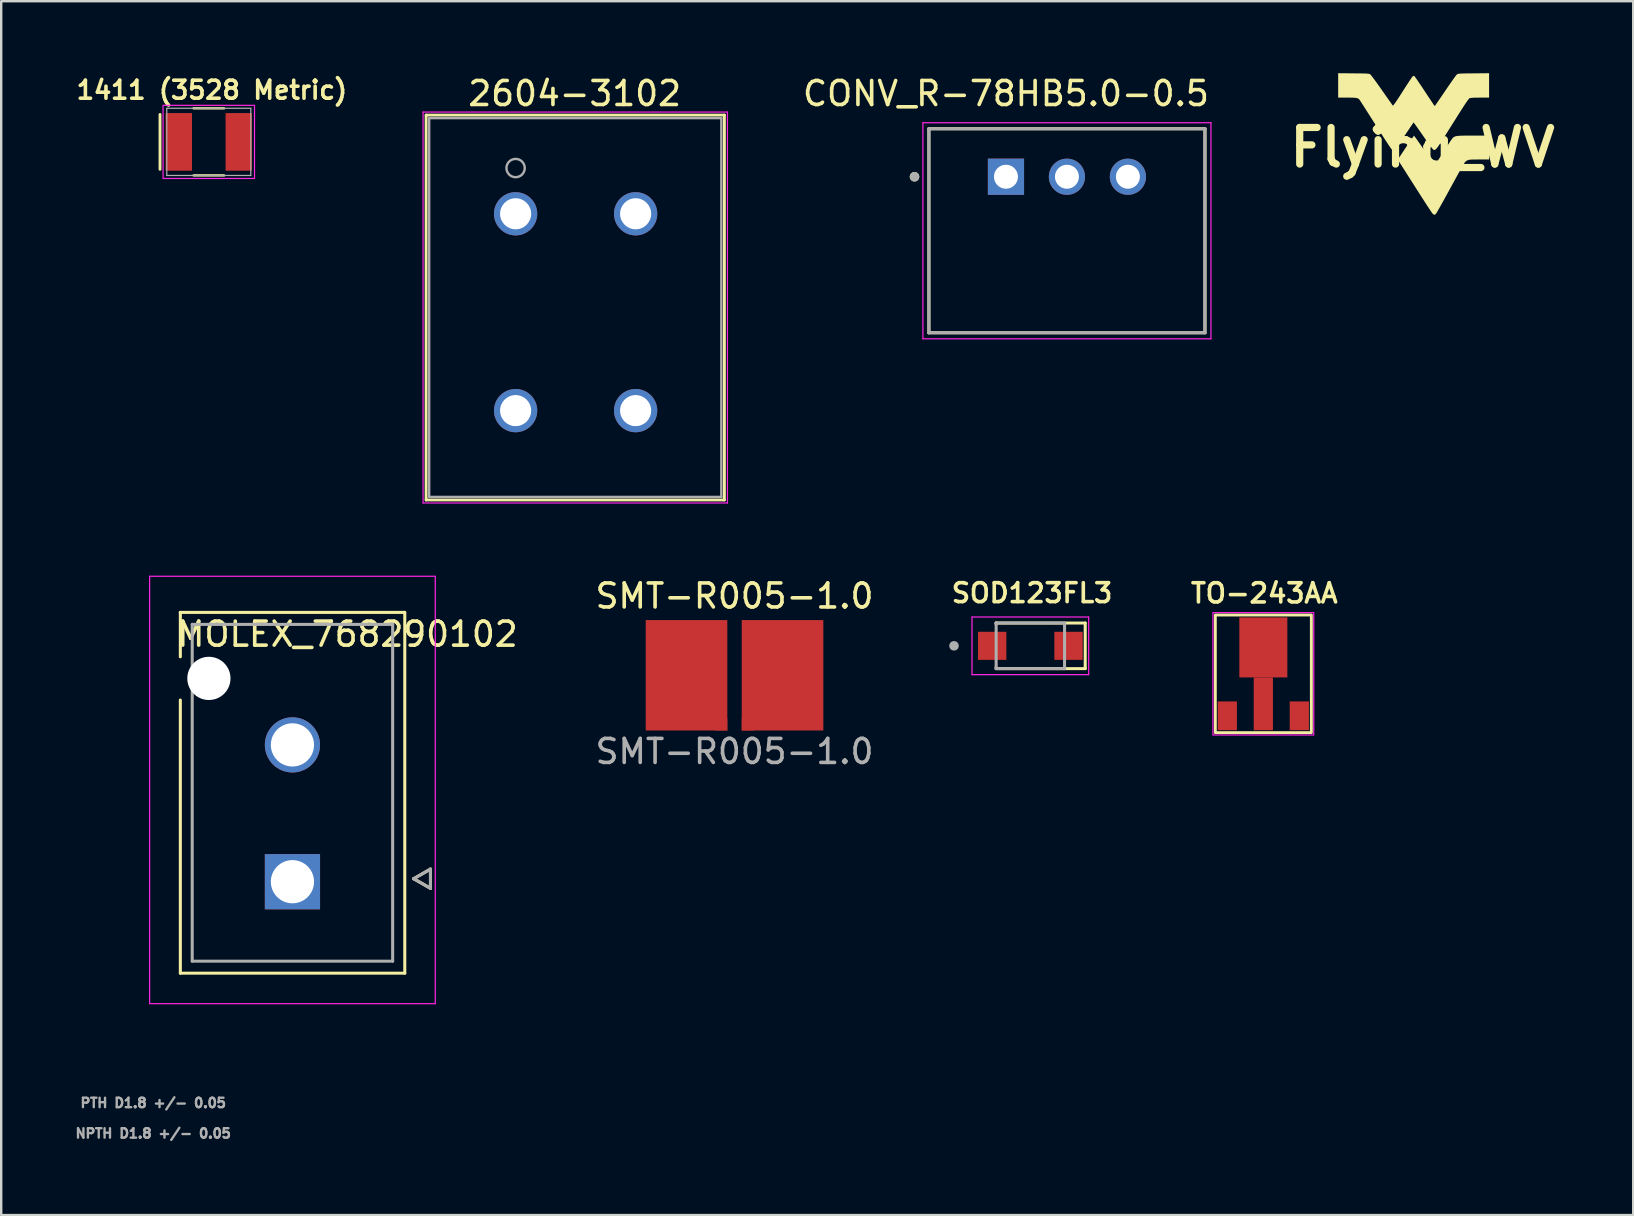
<source format=kicad_pcb>
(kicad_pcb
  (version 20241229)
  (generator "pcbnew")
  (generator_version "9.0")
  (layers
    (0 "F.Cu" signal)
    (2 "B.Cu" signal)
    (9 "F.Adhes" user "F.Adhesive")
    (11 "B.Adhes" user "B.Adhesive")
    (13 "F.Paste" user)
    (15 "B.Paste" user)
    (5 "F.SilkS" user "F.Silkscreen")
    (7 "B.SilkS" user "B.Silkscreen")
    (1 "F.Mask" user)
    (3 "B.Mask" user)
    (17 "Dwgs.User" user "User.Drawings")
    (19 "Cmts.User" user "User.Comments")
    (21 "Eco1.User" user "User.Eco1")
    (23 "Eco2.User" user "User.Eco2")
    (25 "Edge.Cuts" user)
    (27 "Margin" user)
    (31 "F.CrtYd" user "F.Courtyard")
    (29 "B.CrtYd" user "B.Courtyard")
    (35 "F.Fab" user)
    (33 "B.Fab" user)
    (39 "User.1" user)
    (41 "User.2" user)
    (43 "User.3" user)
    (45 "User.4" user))
  (footprint "MOLEX_768290102"
    (layer "F.Cu")
    (at 9.133 33.682)
    (property "Reference" "MOLEX_768290102" (at 2.286 -10.312 0) (layer "F.SilkS") (effects (font (size 1 1) (thickness 0.15))))
    (attr through_hole)
    (fp_circle (center -3.48 -8.47) (end -2.992 -8.47) (stroke (width 0.976) (type solid)) (fill no) (layer "F.Mask"))
    (fp_circle (center 0 -5.7) (end 0.613 -5.7) (stroke (width 1.226) (type solid)) (fill no) (layer "F.Mask"))
    (fp_poly (pts (xy -1.226 -1.226) (xy 1.226 -1.226) (xy 1.226 1.226) (xy -1.226 1.226)) (stroke (width 0.01) (type solid)) (fill yes) (layer "F.Mask"))
    (fp_circle (center -3.48 -8.47) (end -2.992 -8.47) (stroke (width 0.976) (type solid)) (fill no) (layer "B.Mask"))
    (fp_circle (center 0 -5.7) (end 0.613 -5.7) (stroke (width 1.226) (type solid)) (fill no) (layer "B.Mask"))
    (fp_poly (pts (xy -1.226 -1.226) (xy 1.226 -1.226) (xy 1.226 1.226) (xy -1.226 1.226)) (stroke (width 0.01) (type solid)) (fill yes) (layer "B.Mask"))
    (fp_line (start -4.675 -11.22) (end 4.675 -11.22) (stroke (width 0.127) (type solid)) (layer "F.SilkS"))
    (fp_line (start -4.67 -9.37) (end -4.67 -11.22) (stroke (width 0.127) (type solid)) (layer "F.SilkS"))
    (fp_line (start -4.67 3.81) (end -4.67 -7.57) (stroke (width 0.127) (type solid)) (layer "F.SilkS"))
    (fp_line (start 4.68 3.81) (end -4.67 3.81) (stroke (width 0.127) (type solid)) (layer "F.SilkS"))
    (fp_line (start 4.68 -11.22) (end 4.68 3.81) (stroke (width 0.127) (type solid)) (layer "F.SilkS"))
    (fp_line (start 5.05 -0.125) (end 5.75 -0.525) (stroke (width 0.127) (type solid)) (layer "F.SilkS"))
    (fp_line (start 5.75 -0.525) (end 5.75 0.275) (stroke (width 0.127) (type solid)) (layer "F.SilkS"))
    (fp_line (start 5.75 0.275) (end 5.05 -0.125) (stroke (width 0.127) (type solid)) (layer "F.SilkS"))
    (fp_line (start -5.95 -12.725) (end 5.95 -12.725) (stroke (width 0.05) (type solid)) (layer "F.CrtYd"))
    (fp_line (start -5.95 5.08) (end -5.95 -12.725) (stroke (width 0.05) (type solid)) (layer "F.CrtYd"))
    (fp_line (start 5.95 5.08) (end -5.95 5.08) (stroke (width 0.05) (type solid)) (layer "F.CrtYd"))
    (fp_line (start 5.95 -12.725) (end 5.95 5.08) (stroke (width 0.05) (type solid)) (layer "F.CrtYd"))
    (fp_line (start -4.175 -10.72) (end 4.175 -10.72) (stroke (width 0.127) (type solid)) (layer "F.Fab"))
    (fp_line (start -4.175 3.31) (end -4.175 -10.72) (stroke (width 0.127) (type solid)) (layer "F.Fab"))
    (fp_line (start 4.175 -10.72) (end 4.175 3.31) (stroke (width 0.127) (type solid)) (layer "F.Fab"))
    (fp_line (start 4.175 3.31) (end -4.175 3.31) (stroke (width 0.127) (type solid)) (layer "F.Fab"))
    (fp_line (start 5.05 -0.125) (end 5.75 0.275) (stroke (width 0.127) (type solid)) (layer "F.Fab"))
    (fp_line (start 5.75 -0.525) (end 5.05 -0.125) (stroke (width 0.127) (type solid)) (layer "F.Fab"))
    (fp_line (start 5.75 0.275) (end 5.75 -0.525) (stroke (width 0.127) (type solid)) (layer "F.Fab"))
    (fp_text user "PTH D1.8 +/- 0.05" (at -5.8 9.215 0) (layer "F.Fab") (effects (font (size 0.394 0.394) (thickness 0.15))))
    (fp_text user "NPTH D1.8 +/- 0.05" (at -5.8 10.485 0) (layer "F.Fab") (effects (font (size 0.394 0.394) (thickness 0.15))))
    (pad "" np_thru_hole circle (at -3.48 -8.47) (size 1.8 1.8) (drill 1.8) (layers "*.Cu" "*.Mask"))
    (pad "1" thru_hole rect (at 0 0) (size 2.3 2.3) (drill 1.8) (layers "*.Cu"))
    (pad "2" thru_hole circle (at 0 -5.7) (size 2.3 2.3) (drill 1.8) (layers "*.Cu")))
  (footprint "Flying_WV"
    (layer "F.Cu")
    (at 56.212 3.095)
    (property "Reference" "Flying_WV" (at 0 0 0) (layer "F.SilkS") (effects (font (size 1.524 1.524) (thickness 0.3))))
    (attr board_only exclude_from_pos_files exclude_from_bom)
    (fp_poly (pts (xy 2.773 0.499) (xy 2.359 0.499) (xy 2.22 0.5) (xy 2.114 0.501) (xy 2.034 0.503) (xy 1.976 0.508) (xy 1.933 0.514) (xy 1.899 0.524) (xy 1.868 0.537) (xy 1.861 0.54) (xy 1.842 0.549) (xy 1.825 0.558) (xy 1.809 0.569) (xy 1.792 0.585) (xy 1.772 0.607) (xy 1.749 0.64) (xy 1.72 0.684) (xy 1.684 0.744) (xy 1.64 0.82) (xy 1.586 0.915) (xy 1.521 1.032) (xy 1.443 1.174) (xy 1.351 1.343) (xy 1.243 1.54) (xy 1.117 1.77) (xy 1.113 1.778) (xy 1.016 1.955) (xy 0.923 2.124) (xy 0.837 2.279) (xy 0.759 2.418) (xy 0.691 2.538) (xy 0.636 2.636) (xy 0.594 2.707) (xy 0.568 2.75) (xy 0.561 2.759) (xy 0.525 2.791) (xy 0.496 2.803) (xy 0.465 2.791) (xy 0.425 2.761) (xy 0.423 2.759) (xy 0.404 2.735) (xy 0.366 2.681) (xy 0.312 2.6) (xy 0.242 2.495) (xy 0.159 2.369) (xy 0.066 2.224) (xy -0.037 2.065) (xy -0.147 1.894) (xy -0.261 1.714) (xy -0.264 1.71) (xy -0.38 1.527) (xy -0.491 1.353) (xy -0.596 1.188) (xy -0.691 1.038) (xy -0.776 0.904) (xy -0.848 0.791) (xy -0.906 0.701) (xy -0.946 0.637) (xy -0.967 0.604) (xy -1.031 0.504) (xy -0.701 0.009) (xy -0.618 -0.115) (xy -0.542 -0.227) (xy -0.475 -0.325) (xy -0.421 -0.403) (xy -0.381 -0.459) (xy -0.359 -0.487) (xy -0.356 -0.49) (xy -0.342 -0.476) (xy -0.309 -0.432) (xy -0.258 -0.363) (xy -0.194 -0.273) (xy -0.117 -0.163) (xy -0.031 -0.039) (xy 0.063 0.096) (xy 0.078 0.119) (xy 0.173 0.257) (xy 0.26 0.383) (xy 0.338 0.496) (xy 0.405 0.59) (xy 0.458 0.664) (xy 0.494 0.712) (xy 0.51 0.733) (xy 0.511 0.733) (xy 0.524 0.718) (xy 0.556 0.672) (xy 0.603 0.602) (xy 0.663 0.51) (xy 0.733 0.4) (xy 0.812 0.277) (xy 0.866 0.192) (xy 0.95 0.059) (xy 1.03 -0.065) (xy 1.102 -0.175) (xy 1.163 -0.267) (xy 1.212 -0.337) (xy 1.244 -0.381) (xy 1.254 -0.393) (xy 1.283 -0.42) (xy 1.313 -0.441) (xy 1.348 -0.458) (xy 1.391 -0.471) (xy 1.447 -0.481) (xy 1.521 -0.488) (xy 1.615 -0.492) (xy 1.736 -0.495) (xy 1.886 -0.496) (xy 2.07 -0.496) (xy 2.108 -0.496) (xy 2.773 -0.496)) (stroke (width 0) (type solid)) (fill yes) (layer "F.SilkS"))
    (fp_poly (pts (xy 2.773 -2.078) (xy 2.391 -2.078) (xy 2.247 -2.077) (xy 2.137 -2.075) (xy 2.057 -2.07) (xy 2.001 -2.064) (xy 1.965 -2.054) (xy 1.957 -2.05) (xy 1.932 -2.027) (xy 1.89 -1.975) (xy 1.832 -1.894) (xy 1.756 -1.781) (xy 1.663 -1.637) (xy 1.55 -1.461) (xy 1.513 -1.403) (xy 1.41 -1.239) (xy 1.301 -1.065) (xy 1.19 -0.889) (xy 1.083 -0.719) (xy 0.984 -0.562) (xy 0.898 -0.425) (xy 0.857 -0.361) (xy 0.766 -0.218) (xy 0.692 -0.105) (xy 0.633 -0.02) (xy 0.585 0.04) (xy 0.547 0.079) (xy 0.515 0.098) (xy 0.486 0.102) (xy 0.459 0.093) (xy 0.445 0.085) (xy 0.423 0.062) (xy 0.382 0.01) (xy 0.325 -0.065) (xy 0.254 -0.161) (xy 0.173 -0.273) (xy 0.086 -0.398) (xy 0.018 -0.494) (xy -0.071 -0.624) (xy -0.154 -0.742) (xy -0.227 -0.846) (xy -0.288 -0.931) (xy -0.334 -0.995) (xy -0.362 -1.033) (xy -0.371 -1.042) (xy -0.383 -1.027) (xy -0.415 -0.982) (xy -0.463 -0.912) (xy -0.525 -0.821) (xy -0.598 -0.712) (xy -0.681 -0.59) (xy -0.751 -0.484) (xy -0.859 -0.322) (xy -0.948 -0.189) (xy -1.022 -0.085) (xy -1.081 -0.006) (xy -1.129 0.05) (xy -1.168 0.086) (xy -1.2 0.104) (xy -1.228 0.106) (xy -1.255 0.096) (xy -1.283 0.075) (xy -1.295 0.065) (xy -1.314 0.041) (xy -1.351 -0.013) (xy -1.406 -0.094) (xy -1.475 -0.199) (xy -1.558 -0.325) (xy -1.651 -0.469) (xy -1.753 -0.627) (xy -1.862 -0.797) (xy -1.963 -0.955) (xy -2.076 -1.133) (xy -2.183 -1.301) (xy -2.283 -1.458) (xy -2.373 -1.599) (xy -2.452 -1.723) (xy -2.518 -1.825) (xy -2.568 -1.903) (xy -2.601 -1.954) (xy -2.614 -1.974) (xy -2.641 -2.008) (xy -2.671 -2.033) (xy -2.708 -2.052) (xy -2.759 -2.064) (xy -2.829 -2.072) (xy -2.924 -2.076) (xy -3.049 -2.078) (xy -3.131 -2.078) (xy -3.514 -2.078) (xy -3.514 -3.095) (xy -2.871 -3.089) (xy -2.695 -3.087) (xy -2.554 -3.086) (xy -2.444 -3.084) (xy -2.359 -3.081) (xy -2.297 -3.077) (xy -2.252 -3.073) (xy -2.221 -3.066) (xy -2.199 -3.059) (xy -2.181 -3.049) (xy -2.173 -3.042) (xy -2.15 -3.018) (xy -2.107 -2.964) (xy -2.048 -2.886) (xy -1.975 -2.788) (xy -1.891 -2.672) (xy -1.799 -2.543) (xy -1.701 -2.404) (xy -1.685 -2.381) (xy -1.589 -2.243) (xy -1.499 -2.115) (xy -1.418 -1.999) (xy -1.348 -1.901) (xy -1.293 -1.824) (xy -1.255 -1.77) (xy -1.236 -1.744) (xy -1.234 -1.743) (xy -1.219 -1.754) (xy -1.185 -1.797) (xy -1.132 -1.87) (xy -1.063 -1.972) (xy -0.977 -2.102) (xy -0.877 -2.257) (xy -0.84 -2.316) (xy -0.751 -2.454) (xy -0.668 -2.584) (xy -0.592 -2.7) (xy -0.527 -2.799) (xy -0.474 -2.877) (xy -0.438 -2.93) (xy -0.421 -2.952) (xy -0.383 -2.98) (xy -0.351 -2.986) (xy -0.35 -2.986) (xy -0.333 -2.968) (xy -0.298 -2.921) (xy -0.246 -2.848) (xy -0.181 -2.753) (xy -0.104 -2.64) (xy -0.018 -2.513) (xy 0.073 -2.374) (xy 0.088 -2.351) (xy 0.18 -2.212) (xy 0.265 -2.084) (xy 0.341 -1.97) (xy 0.406 -1.874) (xy 0.456 -1.799) (xy 0.491 -1.749) (xy 0.507 -1.728) (xy 0.508 -1.727) (xy 0.521 -1.743) (xy 0.553 -1.787) (xy 0.602 -1.857) (xy 0.665 -1.95) (xy 0.741 -2.06) (xy 0.827 -2.186) (xy 0.92 -2.323) (xy 0.948 -2.365) (xy 1.045 -2.507) (xy 1.137 -2.64) (xy 1.221 -2.761) (xy 1.295 -2.865) (xy 1.356 -2.949) (xy 1.402 -3.008) (xy 1.429 -3.04) (xy 1.433 -3.043) (xy 1.449 -3.054) (xy 1.468 -3.063) (xy 1.494 -3.07) (xy 1.532 -3.075) (xy 1.585 -3.079) (xy 1.658 -3.082) (xy 1.754 -3.085) (xy 1.88 -3.087) (xy 2.038 -3.088) (xy 2.13 -3.089) (xy 2.773 -3.095)) (stroke (width 0) (type solid)) (fill yes) (layer "F.SilkS")))
  (footprint "CONV_R-78HB5.0-0.5"
    (layer "F.Cu")
    (at 41.398 6.563)
    (property "Reference" "CONV_R-78HB5.0-0.5" (at -2.54 -5.715 0) (layer "F.SilkS") (effects (font (size 1 1) (thickness 0.15))))
    (attr through_hole)
    (fp_line (start -5.75 -4.25) (end -5.75 4.25) (stroke (width 0.127) (type solid)) (layer "F.SilkS"))
    (fp_line (start -5.75 4.25) (end 5.75 4.25) (stroke (width 0.127) (type solid)) (layer "F.SilkS"))
    (fp_line (start 5.75 -4.25) (end -5.75 -4.25) (stroke (width 0.127) (type solid)) (layer "F.SilkS"))
    (fp_line (start 5.75 4.25) (end 5.75 -4.25) (stroke (width 0.127) (type solid)) (layer "F.SilkS"))
    (fp_circle (center -6.35 -2.25) (end -6.25 -2.25) (stroke (width 0.2) (type solid)) (fill no) (layer "F.SilkS"))
    (fp_line (start -6 -4.5) (end -6 4.5) (stroke (width 0.05) (type solid)) (layer "F.CrtYd"))
    (fp_line (start -6 4.5) (end 6 4.5) (stroke (width 0.05) (type solid)) (layer "F.CrtYd"))
    (fp_line (start 6 -4.5) (end -6 -4.5) (stroke (width 0.05) (type solid)) (layer "F.CrtYd"))
    (fp_line (start 6 4.5) (end 6 -4.5) (stroke (width 0.05) (type solid)) (layer "F.CrtYd"))
    (fp_line (start -5.75 -4.25) (end -5.75 4.25) (stroke (width 0.127) (type solid)) (layer "F.Fab"))
    (fp_line (start -5.75 4.25) (end 5.75 4.25) (stroke (width 0.127) (type solid)) (layer "F.Fab"))
    (fp_line (start 5.75 -4.25) (end -5.75 -4.25) (stroke (width 0.127) (type solid)) (layer "F.Fab"))
    (fp_line (start 5.75 4.25) (end 5.75 -4.25) (stroke (width 0.127) (type solid)) (layer "F.Fab"))
    (fp_circle (center -6.35 -2.25) (end -6.25 -2.25) (stroke (width 0.2) (type solid)) (fill no) (layer "F.Fab"))
    (pad "1" thru_hole rect (at -2.54 -2.25) (size 1.508 1.508) (drill 1) (layers "*.Cu" "*.Mask"))
    (pad "2" thru_hole circle (at 0 -2.25) (size 1.508 1.508) (drill 1) (layers "*.Cu" "*.Mask"))
    (pad "3" thru_hole circle (at 2.54 -2.25) (size 1.508 1.508) (drill 1) (layers "*.Cu" "*.Mask")))
  (footprint "2604-3102"
    (layer "F.Cu")
    (at 20.915 8.984)
    (property "Reference" "2604-3102" (at -0.025 -8.136 0) (layer "F.SilkS") (effects (font (size 1 1) (thickness 0.15))))
    (attr through_hole)
    (fp_line (start -6.213 -7.239) (end -6.213 8.795) (stroke (width 0.12) (type solid)) (layer "F.SilkS"))
    (fp_line (start -6.213 8.795) (end 6.213 8.795) (stroke (width 0.12) (type solid)) (layer "F.SilkS"))
    (fp_line (start 6.213 -7.239) (end -6.213 -7.239) (stroke (width 0.12) (type solid)) (layer "F.SilkS"))
    (fp_line (start 6.213 8.795) (end 6.213 -7.239) (stroke (width 0.12) (type solid)) (layer "F.SilkS"))
    (fp_line (start -6.34 -7.366) (end -6.34 8.922) (stroke (width 0.05) (type solid)) (layer "F.CrtYd"))
    (fp_line (start -6.34 8.922) (end 6.34 8.922) (stroke (width 0.05) (type solid)) (layer "F.CrtYd"))
    (fp_line (start 6.34 -7.366) (end -6.34 -7.366) (stroke (width 0.05) (type solid)) (layer "F.CrtYd"))
    (fp_line (start 6.34 8.922) (end 6.34 -7.366) (stroke (width 0.05) (type solid)) (layer "F.CrtYd"))
    (fp_line (start -6.086 -7.112) (end -6.086 8.668) (stroke (width 0.1) (type solid)) (layer "F.Fab"))
    (fp_line (start -6.086 8.668) (end 6.086 8.668) (stroke (width 0.1) (type solid)) (layer "F.Fab"))
    (fp_line (start 6.086 -7.112) (end -6.086 -7.112) (stroke (width 0.1) (type solid)) (layer "F.Fab"))
    (fp_line (start 6.086 8.668) (end 6.086 -7.112) (stroke (width 0.1) (type solid)) (layer "F.Fab"))
    (fp_circle (center -2.485 -5.033) (end -2.104 -5.033) (stroke (width 0.1) (type solid)) (fill no) (layer "F.Fab"))
    (fp_text user "*" (at -2.485 -3.128 0) (layer "F.SilkS") (effects (font (size 1 1) (thickness 0.15))))
    (fp_text user "*" (at -2.485 -3.128 0) (layer "F.Fab") (effects (font (size 1 1) (thickness 0.15))))
    (pad "1" thru_hole circle (at -2.485 -3.128) (size 1.803 1.803) (drill 1.295) (layers "*.Cu" "*.Mask"))
    (pad "2" thru_hole circle (at -2.485 5.072) (size 1.803 1.803) (drill 1.295) (layers "*.Cu" "*.Mask"))
    (pad "3" thru_hole circle (at 2.515 -3.128) (size 1.803 1.803) (drill 1.295) (layers "*.Cu" "*.Mask"))
    (pad "4" thru_hole circle (at 2.515 5.072) (size 1.803 1.803) (drill 1.295) (layers "*.Cu" "*.Mask")))
  (footprint "1411 (3528 Metric)"
    (layer "F.Cu")
    (at 5.648 2.861)
    (property "Reference" "1411 (3528 Metric)" (at 0.127 -2.159 0) (layer "F.SilkS") (effects (font (size 0.75 0.75) (thickness 0.15))))
    (attr smd)
    (fp_line (start -2.032 -1.143) (end -2.032 1.143) (stroke (width 0.12) (type solid)) (layer "F.SilkS"))
    (fp_line (start -0.635 -1.397) (end 0.635 -1.397) (stroke (width 0.1) (type solid)) (layer "F.SilkS"))
    (fp_line (start -0.635 1.397) (end 0.635 1.397) (stroke (width 0.1) (type solid)) (layer "F.SilkS"))
    (fp_rect (start -1.905 -1.524) (end 1.905 1.524) (stroke (width 0.05) (type solid)) (fill no) (layer "F.CrtYd"))
    (fp_line (start -1.75 -1.4) (end 1.75 -1.4) (stroke (width 0.05) (type solid)) (layer "F.Fab"))
    (fp_line (start -1.75 1.4) (end -1.75 -1.4) (stroke (width 0.05) (type solid)) (layer "F.Fab"))
    (fp_line (start 1.75 -1.4) (end 1.75 1.4) (stroke (width 0.05) (type solid)) (layer "F.Fab"))
    (fp_line (start 1.75 1.4) (end -1.75 1.4) (stroke (width 0.05) (type solid)) (layer "F.Fab"))
    (pad "1" smd rect (at -1.25 0) (size 1.1 2.4) (layers "F.Cu" "F.Mask" "F.Paste"))
    (pad "2" smd rect (at 1.25 0 180) (size 1.1 2.4) (layers "F.Cu" "F.Mask" "F.Paste")))
  (footprint "SMT-R005-1.0"
    (layer "F.Cu")
    (at 27.55 25.082)
    (property "Reference" "SMT-R005-1.0" (at 0 -3.302 0) (unlocked yes) (layer "F.SilkS") (effects (font (size 1 1) (thickness 0.15))))
    (attr smd)
    (fp_text user "${REFERENCE}" (at 0 3.175 0) (unlocked yes) (layer "F.Fab") (effects (font (size 1 1) (thickness 0.15))))
    (pad "1" smd rect (at -2 0) (size 3.4 4.6) (layers "F.Cu" "F.Mask" "F.Paste"))
    (pad "1" smd rect (at -0.55 2.05) (size 0.5 0.5) (layers "F.Cu" "F.Mask" "F.Paste"))
    (pad "2" smd rect (at 0.55 2.05) (size 0.5 0.5) (layers "F.Cu" "F.Mask" "F.Paste"))
    (pad "2" smd rect (at 2 0) (size 3.4 4.6) (layers "F.Cu" "F.Mask" "F.Paste")))
  (footprint "SOD123FL3"
    (layer "F.Cu")
    (at 39.874 23.855)
    (property "Reference" "SOD123FL3" (at 0.07 -2.2 0) (layer "F.SilkS") (effects (font (size 0.787 0.787) (thickness 0.15))))
    (attr smd)
    (fp_line (start -1.425 -0.95) (end -1.425 -0.905) (stroke (width 0.127) (type solid)) (layer "F.SilkS"))
    (fp_line (start -1.425 0.95) (end -1.425 0.905) (stroke (width 0.127) (type solid)) (layer "F.SilkS"))
    (fp_line (start -1.374 0.95) (end 2.286 0.95) (stroke (width 0.127) (type solid)) (layer "F.SilkS"))
    (fp_line (start 2.286 -0.95) (end -1.425 -0.95) (stroke (width 0.127) (type solid)) (layer "F.SilkS"))
    (fp_line (start 2.286 0.95) (end 2.286 -0.95) (stroke (width 0.127) (type solid)) (layer "F.SilkS"))
    (fp_line (start -2.43 -1.2) (end -2.43 1.2) (stroke (width 0.05) (type solid)) (layer "F.CrtYd"))
    (fp_line (start -2.43 1.2) (end 2.43 1.2) (stroke (width 0.05) (type solid)) (layer "F.CrtYd"))
    (fp_line (start 2.43 -1.2) (end -2.43 -1.2) (stroke (width 0.05) (type solid)) (layer "F.CrtYd"))
    (fp_line (start 2.43 1.2) (end 2.43 -1.2) (stroke (width 0.05) (type solid)) (layer "F.CrtYd"))
    (fp_line (start -1.425 -0.95) (end -1.425 0.95) (stroke (width 0.127) (type solid)) (layer "F.Fab"))
    (fp_line (start -1.425 0.95) (end 1.425 0.95) (stroke (width 0.127) (type solid)) (layer "F.Fab"))
    (fp_line (start 1.425 -0.95) (end -1.425 -0.95) (stroke (width 0.127) (type solid)) (layer "F.Fab"))
    (fp_line (start 1.425 0.95) (end 1.425 -0.95) (stroke (width 0.127) (type solid)) (layer "F.Fab"))
    (fp_circle (center -3.18 0) (end -3.08 0) (stroke (width 0.2) (type solid)) (fill no) (layer "F.Fab"))
    (pad "1" smd rect (at 1.59 0) (size 1.18 1.17) (layers "F.Cu" "F.Mask" "F.Paste"))
    (pad "2" smd rect (at -1.59 0) (size 1.18 1.17) (layers "F.Cu" "F.Mask" "F.Paste")))
  (footprint "TO-243AA"
    (layer "F.Cu")
    (at 49.58 25.171)
    (property "Reference" "TO-243AA" (at 0.04 -3.508 0) (layer "F.SilkS") (effects (font (size 0.8 0.8) (thickness 0.15))))
    (attr smd)
    (fp_rect (start -1.9 1) (end -1.1 2.2) (stroke (width 0.001) (type solid)) (fill yes) (layer "F.Mask"))
    (fp_rect (start 1.1 1) (end 1.9 2.2) (stroke (width 0.001) (type solid)) (fill yes) (layer "F.Mask"))
    (fp_poly (pts (xy 1 0) (xy 0.4 0) (xy 0.4 2.2) (xy -0.4 2.2) (xy -0.4 0) (xy -1 0) (xy -1 -2.5) (xy 1 -2.5)) (stroke (width 0.001) (type solid)) (fill yes) (layer "F.Mask"))
    (fp_rect (start -2 -2.6) (end 2 2.3) (stroke (width 0.12) (type solid)) (fill no) (layer "F.SilkS"))
    (fp_rect (start -2.1 -2.7) (end 2.1 2.4) (stroke (width 0.05) (type solid)) (fill no) (layer "F.CrtYd"))
    (pad "1" smd rect (at -1.5 1.6) (size 0.8 1.2) (layers "F.Cu"))
    (pad "2" smd rect (at 0 -1.25) (size 2 2.5) (layers "F.Cu"))
    (pad "2" smd rect (at 0 1.1) (size 0.8 2.2) (layers "F.Cu"))
    (pad "3" smd rect (at 1.5 1.6) (size 0.8 1.2) (layers "F.Cu")))
  (gr_rect
    (start -3 -3)
    (end 64.989 47.57)
    (stroke (width 0.1) (type default))
    (fill no)
    (layer "Edge.Cuts")))
</source>
